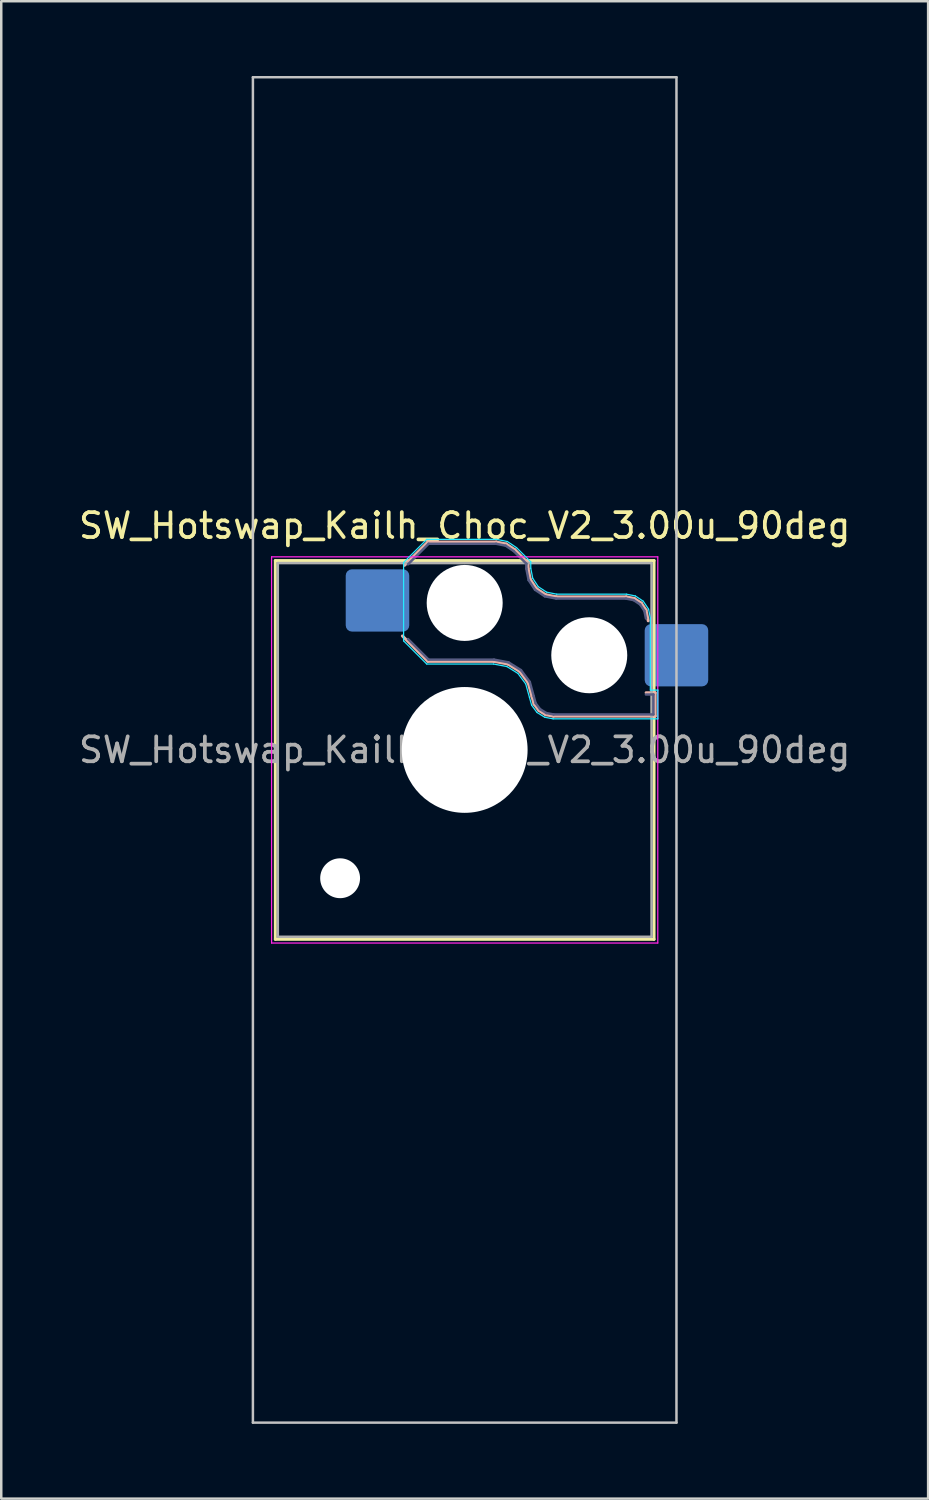
<source format=kicad_pcb>
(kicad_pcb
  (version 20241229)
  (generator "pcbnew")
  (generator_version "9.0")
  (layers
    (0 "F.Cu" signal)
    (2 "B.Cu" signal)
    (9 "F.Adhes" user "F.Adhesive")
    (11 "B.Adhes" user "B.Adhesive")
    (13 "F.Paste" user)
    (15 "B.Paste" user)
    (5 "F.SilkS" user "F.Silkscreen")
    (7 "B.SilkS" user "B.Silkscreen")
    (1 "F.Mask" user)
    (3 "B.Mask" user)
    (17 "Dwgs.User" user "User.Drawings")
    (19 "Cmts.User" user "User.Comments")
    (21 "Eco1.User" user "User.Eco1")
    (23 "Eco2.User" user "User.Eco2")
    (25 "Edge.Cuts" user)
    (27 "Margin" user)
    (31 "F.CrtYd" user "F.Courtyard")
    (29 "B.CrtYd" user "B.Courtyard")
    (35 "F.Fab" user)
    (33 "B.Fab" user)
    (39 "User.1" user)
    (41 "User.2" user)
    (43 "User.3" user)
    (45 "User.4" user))
  (footprint "SW_Hotswap_Kailh_Choc_V2_3.00u_90deg"
    (layer "F.Cu")
    (at 15.601 27.05)
    (property "Reference" "SW_Hotswap_Kailh_Choc_V2_3.00u_90deg" (at 0 -9 0) (layer "F.SilkS") (effects (font (size 1 1) (thickness 0.15))))
    (attr smd)
    (fp_line (start -7.6 -7.6) (end -7.6 7.6) (stroke (width 0.12) (type solid)) (layer "F.SilkS"))
    (fp_line (start -7.6 7.6) (end 7.6 7.6) (stroke (width 0.12) (type solid)) (layer "F.SilkS"))
    (fp_line (start 7.6 -7.6) (end -7.6 -7.6) (stroke (width 0.12) (type solid)) (layer "F.SilkS"))
    (fp_line (start 7.6 7.6) (end 7.6 -7.6) (stroke (width 0.12) (type solid)) (layer "F.SilkS"))
    (fp_line (start -2.416 -7.409) (end -1.479 -8.346) (stroke (width 0.12) (type solid)) (layer "B.SilkS"))
    (fp_line (start -1.479 -8.346) (end 1.268 -8.346) (stroke (width 0.12) (type solid)) (layer "B.SilkS"))
    (fp_line (start -1.479 -3.554) (end -2.5 -4.575) (stroke (width 0.12) (type solid)) (layer "B.SilkS"))
    (fp_line (start 1.168 -3.554) (end -1.479 -3.554) (stroke (width 0.12) (type solid)) (layer "B.SilkS"))
    (fp_line (start 1.268 -8.346) (end 1.671 -8.266) (stroke (width 0.12) (type solid)) (layer "B.SilkS"))
    (fp_line (start 1.671 -8.266) (end 2.013 -8.037) (stroke (width 0.12) (type solid)) (layer "B.SilkS"))
    (fp_line (start 1.73 -3.449) (end 1.168 -3.554) (stroke (width 0.12) (type solid)) (layer "B.SilkS"))
    (fp_line (start 2.013 -8.037) (end 2.546 -7.504) (stroke (width 0.12) (type solid)) (layer "B.SilkS"))
    (fp_line (start 2.209 -3.15) (end 1.73 -3.449) (stroke (width 0.12) (type solid)) (layer "B.SilkS"))
    (fp_line (start 2.546 -7.504) (end 2.546 -7.282) (stroke (width 0.12) (type solid)) (layer "B.SilkS"))
    (fp_line (start 2.546 -7.282) (end 2.633 -6.844) (stroke (width 0.12) (type solid)) (layer "B.SilkS"))
    (fp_line (start 2.547 -2.697) (end 2.209 -3.15) (stroke (width 0.12) (type solid)) (layer "B.SilkS"))
    (fp_line (start 2.633 -6.844) (end 2.877 -6.477) (stroke (width 0.12) (type solid)) (layer "B.SilkS"))
    (fp_line (start 2.701 -2.139) (end 2.547 -2.697) (stroke (width 0.12) (type solid)) (layer "B.SilkS"))
    (fp_line (start 2.783 -1.841) (end 2.701 -2.139) (stroke (width 0.12) (type solid)) (layer "B.SilkS"))
    (fp_line (start 2.877 -6.477) (end 3.244 -6.233) (stroke (width 0.12) (type solid)) (layer "B.SilkS"))
    (fp_line (start 2.976 -1.583) (end 2.783 -1.841) (stroke (width 0.12) (type solid)) (layer "B.SilkS"))
    (fp_line (start 3.244 -6.233) (end 3.682 -6.146) (stroke (width 0.12) (type solid)) (layer "B.SilkS"))
    (fp_line (start 3.25 -1.413) (end 2.976 -1.583) (stroke (width 0.12) (type solid)) (layer "B.SilkS"))
    (fp_line (start 3.56 -1.354) (end 3.25 -1.413) (stroke (width 0.12) (type solid)) (layer "B.SilkS"))
    (fp_line (start 3.682 -6.146) (end 6.482 -6.146) (stroke (width 0.12) (type solid)) (layer "B.SilkS"))
    (fp_line (start 6.482 -6.146) (end 6.809 -6.081) (stroke (width 0.12) (type solid)) (layer "B.SilkS"))
    (fp_line (start 6.809 -6.081) (end 7.092 -5.892) (stroke (width 0.12) (type solid)) (layer "B.SilkS"))
    (fp_line (start 7.092 -5.892) (end 7.281 -5.609) (stroke (width 0.12) (type solid)) (layer "B.SilkS"))
    (fp_line (start 7.281 -5.609) (end 7.366 -5.182) (stroke (width 0.12) (type solid)) (layer "B.SilkS"))
    (fp_line (start 7.283 -2.296) (end 7.646 -2.296) (stroke (width 0.12) (type solid)) (layer "B.SilkS"))
    (fp_line (start 7.646 -2.296) (end 7.646 -1.354) (stroke (width 0.12) (type solid)) (layer "B.SilkS"))
    (fp_line (start 7.646 -1.354) (end 3.56 -1.354) (stroke (width 0.12) (type solid)) (layer "B.SilkS"))
    (fp_line (start -8.5 -27) (end 8.5 -27) (stroke (width 0.1) (type solid)) (layer "Dwgs.User"))
    (fp_line (start -8.5 27) (end -8.5 -27) (stroke (width 0.1) (type solid)) (layer "Dwgs.User"))
    (fp_line (start 8.5 -27) (end 8.5 27) (stroke (width 0.1) (type solid)) (layer "Dwgs.User"))
    (fp_line (start 8.5 27) (end -8.5 27) (stroke (width 0.1) (type solid)) (layer "Dwgs.User"))
    (fp_line (start -7.25 -7.25) (end -7.25 7.25) (stroke (width 0.1) (type solid)) (layer "Eco1.User"))
    (fp_line (start -7.25 7.25) (end 7.25 7.25) (stroke (width 0.1) (type solid)) (layer "Eco1.User"))
    (fp_line (start 7.25 -7.25) (end -7.25 -7.25) (stroke (width 0.1) (type solid)) (layer "Eco1.User"))
    (fp_line (start 7.25 7.25) (end 7.25 -7.25) (stroke (width 0.1) (type solid)) (layer "Eco1.User"))
    (fp_line (start -2.452 -7.523) (end -1.523 -8.452) (stroke (width 0.05) (type solid)) (layer "B.CrtYd"))
    (fp_line (start -2.452 -4.377) (end -2.452 -7.523) (stroke (width 0.05) (type solid)) (layer "B.CrtYd"))
    (fp_line (start -1.523 -8.452) (end 1.278 -8.452) (stroke (width 0.05) (type solid)) (layer "B.CrtYd"))
    (fp_line (start -1.523 -3.448) (end -2.452 -4.377) (stroke (width 0.05) (type solid)) (layer "B.CrtYd"))
    (fp_line (start 1.159 -3.448) (end -1.523 -3.448) (stroke (width 0.05) (type solid)) (layer "B.CrtYd"))
    (fp_line (start 1.278 -8.452) (end 1.712 -8.366) (stroke (width 0.05) (type solid)) (layer "B.CrtYd"))
    (fp_line (start 1.691 -3.348) (end 1.159 -3.448) (stroke (width 0.05) (type solid)) (layer "B.CrtYd"))
    (fp_line (start 1.712 -8.366) (end 2.081 -8.119) (stroke (width 0.05) (type solid)) (layer "B.CrtYd"))
    (fp_line (start 2.081 -8.119) (end 2.652 -7.548) (stroke (width 0.05) (type solid)) (layer "B.CrtYd"))
    (fp_line (start 2.136 -3.071) (end 1.691 -3.348) (stroke (width 0.05) (type solid)) (layer "B.CrtYd"))
    (fp_line (start 2.45 -2.65) (end 2.136 -3.071) (stroke (width 0.05) (type solid)) (layer "B.CrtYd"))
    (fp_line (start 2.599 -2.111) (end 2.45 -2.65) (stroke (width 0.05) (type solid)) (layer "B.CrtYd"))
    (fp_line (start 2.652 -7.548) (end 2.652 -7.292) (stroke (width 0.05) (type solid)) (layer "B.CrtYd"))
    (fp_line (start 2.652 -7.292) (end 2.733 -6.885) (stroke (width 0.05) (type solid)) (layer "B.CrtYd"))
    (fp_line (start 2.687 -1.794) (end 2.599 -2.111) (stroke (width 0.05) (type solid)) (layer "B.CrtYd"))
    (fp_line (start 2.733 -6.885) (end 2.953 -6.553) (stroke (width 0.05) (type solid)) (layer "B.CrtYd"))
    (fp_line (start 2.903 -1.503) (end 2.687 -1.794) (stroke (width 0.05) (type solid)) (layer "B.CrtYd"))
    (fp_line (start 2.953 -6.553) (end 3.285 -6.333) (stroke (width 0.05) (type solid)) (layer "B.CrtYd"))
    (fp_line (start 3.211 -1.312) (end 2.903 -1.503) (stroke (width 0.05) (type solid)) (layer "B.CrtYd"))
    (fp_line (start 3.285 -6.333) (end 3.692 -6.252) (stroke (width 0.05) (type solid)) (layer "B.CrtYd"))
    (fp_line (start 3.55 -1.248) (end 3.211 -1.312) (stroke (width 0.05) (type solid)) (layer "B.CrtYd"))
    (fp_line (start 3.692 -6.252) (end 6.492 -6.252) (stroke (width 0.05) (type solid)) (layer "B.CrtYd"))
    (fp_line (start 6.492 -6.252) (end 6.85 -6.181) (stroke (width 0.05) (type solid)) (layer "B.CrtYd"))
    (fp_line (start 6.85 -6.181) (end 7.168 -5.968) (stroke (width 0.05) (type solid)) (layer "B.CrtYd"))
    (fp_line (start 7.168 -5.968) (end 7.381 -5.65) (stroke (width 0.05) (type solid)) (layer "B.CrtYd"))
    (fp_line (start 7.381 -5.65) (end 7.452 -5.292) (stroke (width 0.05) (type solid)) (layer "B.CrtYd"))
    (fp_line (start 7.452 -5.292) (end 7.452 -2.402) (stroke (width 0.05) (type solid)) (layer "B.CrtYd"))
    (fp_line (start 7.452 -2.402) (end 7.752 -2.402) (stroke (width 0.05) (type solid)) (layer "B.CrtYd"))
    (fp_line (start 7.752 -2.402) (end 7.752 -1.248) (stroke (width 0.05) (type solid)) (layer "B.CrtYd"))
    (fp_line (start 7.752 -1.248) (end 3.55 -1.248) (stroke (width 0.05) (type solid)) (layer "B.CrtYd"))
    (fp_line (start -7.75 -7.75) (end -7.75 7.75) (stroke (width 0.05) (type solid)) (layer "F.CrtYd"))
    (fp_line (start -7.75 7.75) (end 7.75 7.75) (stroke (width 0.05) (type solid)) (layer "F.CrtYd"))
    (fp_line (start 7.75 -7.75) (end -7.75 -7.75) (stroke (width 0.05) (type solid)) (layer "F.CrtYd"))
    (fp_line (start 7.75 7.75) (end 7.75 -7.75) (stroke (width 0.05) (type solid)) (layer "F.CrtYd"))
    (fp_line (start -2.275 -7.45) (end -1.45 -8.275) (stroke (width 0.1) (type solid)) (layer "B.Fab"))
    (fp_line (start -1.45 -8.275) (end 1.261 -8.275) (stroke (width 0.1) (type solid)) (layer "B.Fab"))
    (fp_line (start -1.45 -3.625) (end -2.275 -4.45) (stroke (width 0.1) (type solid)) (layer "B.Fab"))
    (fp_line (start 1.175 -3.625) (end -1.45 -3.625) (stroke (width 0.1) (type solid)) (layer "B.Fab"))
    (fp_line (start 1.261 -8.275) (end 1.643 -8.199) (stroke (width 0.1) (type solid)) (layer "B.Fab"))
    (fp_line (start 1.643 -8.199) (end 1.968 -7.982) (stroke (width 0.1) (type solid)) (layer "B.Fab"))
    (fp_line (start 1.756 -3.516) (end 1.175 -3.625) (stroke (width 0.1) (type solid)) (layer "B.Fab"))
    (fp_line (start 1.968 -7.982) (end 2.475 -7.475) (stroke (width 0.1) (type solid)) (layer "B.Fab"))
    (fp_line (start 2.258 -3.203) (end 1.756 -3.516) (stroke (width 0.1) (type solid)) (layer "B.Fab"))
    (fp_line (start 2.475 -7.475) (end 2.475 -7.275) (stroke (width 0.1) (type solid)) (layer "B.Fab"))
    (fp_line (start 2.475 -7.275) (end 2.566 -6.816) (stroke (width 0.1) (type solid)) (layer "B.Fab"))
    (fp_line (start 2.566 -6.816) (end 2.826 -6.426) (stroke (width 0.1) (type solid)) (layer "B.Fab"))
    (fp_line (start 2.612 -2.729) (end 2.258 -3.203) (stroke (width 0.1) (type solid)) (layer "B.Fab"))
    (fp_line (start 2.769 -2.158) (end 2.612 -2.729) (stroke (width 0.1) (type solid)) (layer "B.Fab"))
    (fp_line (start 2.826 -6.426) (end 3.216 -6.166) (stroke (width 0.1) (type solid)) (layer "B.Fab"))
    (fp_line (start 2.848 -1.873) (end 2.769 -2.158) (stroke (width 0.1) (type solid)) (layer "B.Fab"))
    (fp_line (start 3.025 -1.636) (end 2.848 -1.873) (stroke (width 0.1) (type solid)) (layer "B.Fab"))
    (fp_line (start 3.216 -6.166) (end 3.675 -6.075) (stroke (width 0.1) (type solid)) (layer "B.Fab"))
    (fp_line (start 3.276 -1.48) (end 3.025 -1.636) (stroke (width 0.1) (type solid)) (layer "B.Fab"))
    (fp_line (start 3.567 -1.425) (end 3.276 -1.48) (stroke (width 0.1) (type solid)) (layer "B.Fab"))
    (fp_line (start 3.675 -6.075) (end 6.475 -6.075) (stroke (width 0.1) (type solid)) (layer "B.Fab"))
    (fp_line (start 6.475 -6.075) (end 6.781 -6.014) (stroke (width 0.1) (type solid)) (layer "B.Fab"))
    (fp_line (start 6.781 -6.014) (end 7.041 -5.841) (stroke (width 0.1) (type solid)) (layer "B.Fab"))
    (fp_line (start 7.041 -5.841) (end 7.214 -5.581) (stroke (width 0.1) (type solid)) (layer "B.Fab"))
    (fp_line (start 7.214 -5.581) (end 7.275 -5.275) (stroke (width 0.1) (type solid)) (layer "B.Fab"))
    (fp_line (start 7.275 -2.225) (end 7.575 -2.225) (stroke (width 0.1) (type solid)) (layer "B.Fab"))
    (fp_line (start 7.575 -2.225) (end 7.575 -1.425) (stroke (width 0.1) (type solid)) (layer "B.Fab"))
    (fp_line (start 7.575 -1.425) (end 3.567 -1.425) (stroke (width 0.1) (type solid)) (layer "B.Fab"))
    (fp_line (start -7.5 -7.5) (end -7.5 7.5) (stroke (width 0.1) (type solid)) (layer "F.Fab"))
    (fp_line (start -7.5 7.5) (end 7.5 7.5) (stroke (width 0.1) (type solid)) (layer "F.Fab"))
    (fp_line (start 7.5 -7.5) (end -7.5 -7.5) (stroke (width 0.1) (type solid)) (layer "F.Fab"))
    (fp_line (start 7.5 7.5) (end 7.5 -7.5) (stroke (width 0.1) (type solid)) (layer "F.Fab"))
    (fp_text user "${REFERENCE}" (at 0 0 0) (layer "F.Fab") (effects (font (size 1 1) (thickness 0.15))))
    (pad "" np_thru_hole circle (at -5 5.15) (size 1.6 1.6) (drill 1.6) (layers "*.Cu" "*.Mask"))
    (pad "" np_thru_hole circle (at 0 -5.9) (size 3.05 3.05) (drill 3.05) (layers "*.Cu" "*.Mask"))
    (pad "" np_thru_hole circle (at 0 0) (size 5.05 5.05) (drill 5.05) (layers "*.Cu" "*.Mask"))
    (pad "" np_thru_hole circle (at 5 -3.8) (size 3.05 3.05) (drill 3.05) (layers "*.Cu" "*.Mask"))
    (pad "1" smd roundrect (at -3.5 -6) (size 2.55 2.5) (layers "B.Cu" "B.Mask" "B.Paste") (roundrect_rratio 0.1))
    (pad "2" smd roundrect (at 8.5 -3.8) (size 2.55 2.5) (layers "B.Cu" "B.Mask" "B.Paste") (roundrect_rratio 0.1)))
  (gr_rect
    (start -3 -3)
    (end 34.202 57.1)
    (stroke (width 0.1) (type default))
    (fill no)
    (layer "Edge.Cuts")))
</source>
